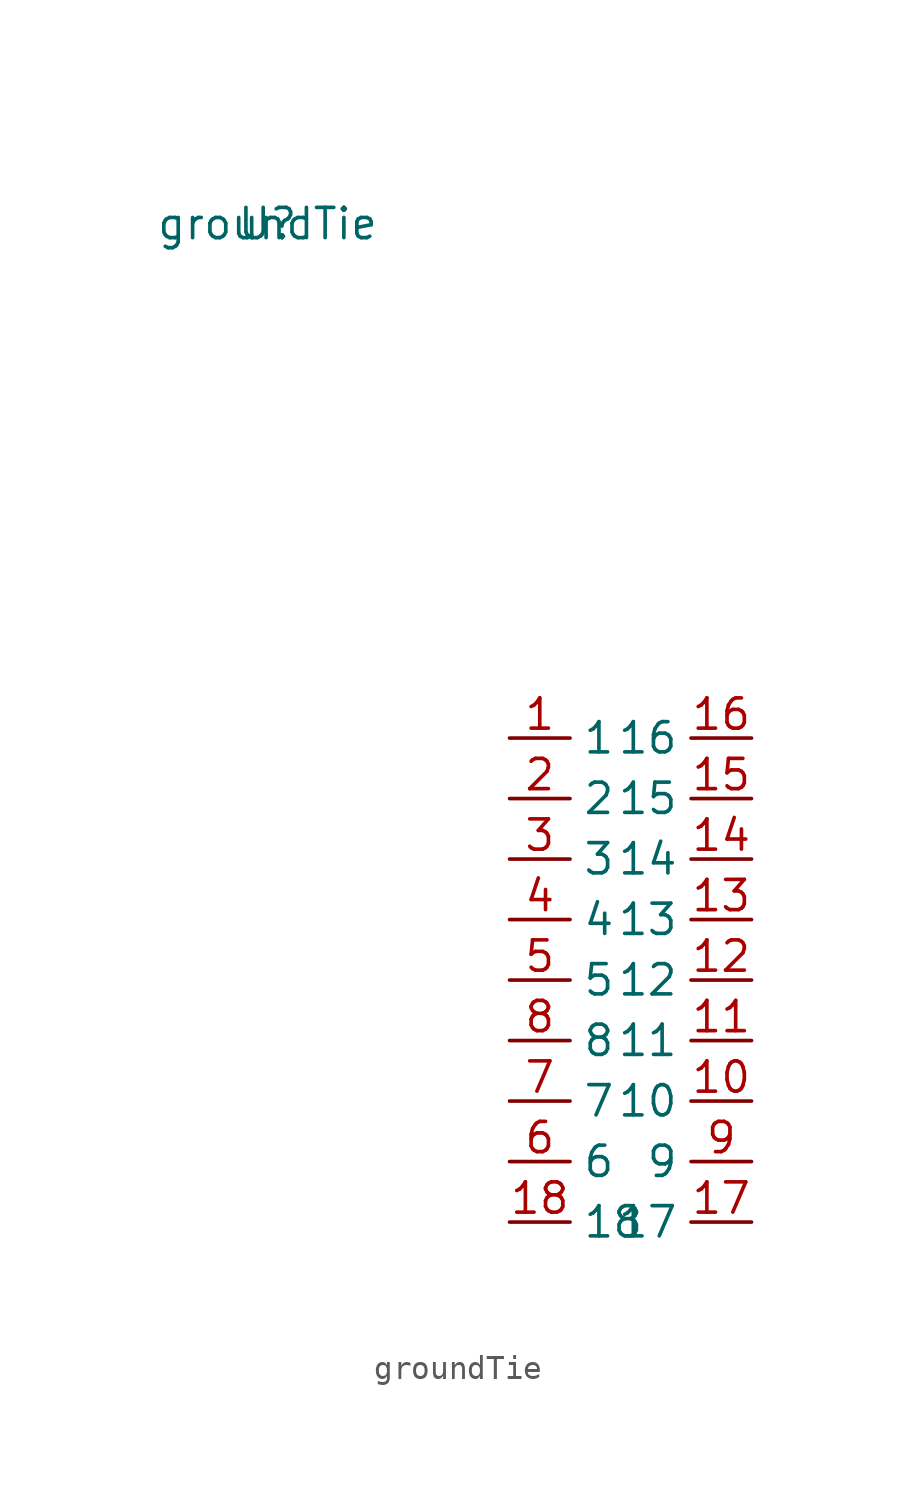
<source format=kicad_sym>
(kicad_symbol_lib
  (version 20211014)
  (generator kicad_symbol_editor)
  (symbol "groundTie"
    (property "Reference" "U"
      (at -10.16 21.59 0)
      (effects (font (size 1.27 1.27))))
    (property "Value" "groundTie"
      (at -10.16 21.59 0)
      (effects (font (size 1.27 1.27))))
    (symbol "groundTie_1_1"
      (pin input line (at 0 0 0) (length 2.54) (name "1" (effects (font (size 1.27 1.27)))) (number "1" (effects (font (size 1.27 1.27)))))
      (pin input line (at 10.16 -15.24 180) (length 2.54) (name "10" (effects (font (size 1.27 1.27)))) (number "10" (effects (font (size 1.27 1.27)))))
      (pin input line (at 10.16 -12.7 180) (length 2.54) (name "11" (effects (font (size 1.27 1.27)))) (number "11" (effects (font (size 1.27 1.27)))))
      (pin input line (at 10.16 -10.16 180) (length 2.54) (name "12" (effects (font (size 1.27 1.27)))) (number "12" (effects (font (size 1.27 1.27)))))
      (pin input line (at 10.16 -7.62 180) (length 2.54) (name "13" (effects (font (size 1.27 1.27)))) (number "13" (effects (font (size 1.27 1.27)))))
      (pin input line (at 10.16 -5.08 180) (length 2.54) (name "14" (effects (font (size 1.27 1.27)))) (number "14" (effects (font (size 1.27 1.27)))))
      (pin input line (at 10.16 -2.54 180) (length 2.54) (name "15" (effects (font (size 1.27 1.27)))) (number "15" (effects (font (size 1.27 1.27)))))
      (pin input line (at 10.16 0 180) (length 2.54) (name "16" (effects (font (size 1.27 1.27)))) (number "16" (effects (font (size 1.27 1.27)))))
      (pin input line (at 10.16 -20.32 180) (length 2.54) (name "17" (effects (font (size 1.27 1.27)))) (number "17" (effects (font (size 1.27 1.27)))))
      (pin input line (at 0 -20.32 0) (length 2.54) (name "18" (effects (font (size 1.27 1.27)))) (number "18" (effects (font (size 1.27 1.27)))))
      (pin input line (at 0 -2.54 0) (length 2.54) (name "2" (effects (font (size 1.27 1.27)))) (number "2" (effects (font (size 1.27 1.27)))))
      (pin input line (at 0 -5.08 0) (length 2.54) (name "3" (effects (font (size 1.27 1.27)))) (number "3" (effects (font (size 1.27 1.27)))))
      (pin input line (at 0 -7.62 0) (length 2.54) (name "4" (effects (font (size 1.27 1.27)))) (number "4" (effects (font (size 1.27 1.27)))))
      (pin input line (at 0 -10.16 0) (length 2.54) (name "5" (effects (font (size 1.27 1.27)))) (number "5" (effects (font (size 1.27 1.27)))))
      (pin input line (at 0 -17.78 0) (length 2.54) (name "6" (effects (font (size 1.27 1.27)))) (number "6" (effects (font (size 1.27 1.27)))))
      (pin input line (at 0 -15.24 0) (length 2.54) (name "7" (effects (font (size 1.27 1.27)))) (number "7" (effects (font (size 1.27 1.27)))))
      (pin input line (at 0 -12.7 0) (length 2.54) (name "8" (effects (font (size 1.27 1.27)))) (number "8" (effects (font (size 1.27 1.27)))))
      (pin input line (at 10.16 -17.78 180) (length 2.54) (name "9" (effects (font (size 1.27 1.27)))) (number "9" (effects (font (size 1.27 1.27))))))))
</source>
